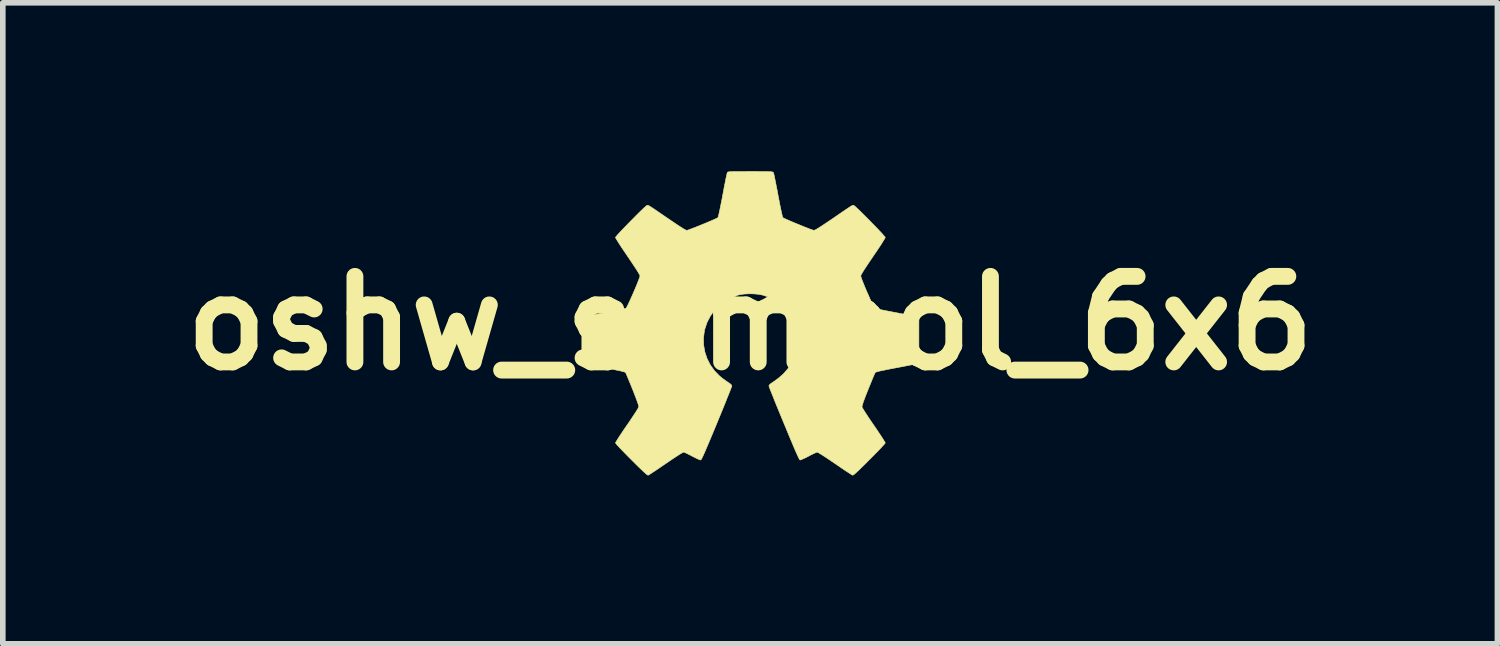
<source format=kicad_pcb>
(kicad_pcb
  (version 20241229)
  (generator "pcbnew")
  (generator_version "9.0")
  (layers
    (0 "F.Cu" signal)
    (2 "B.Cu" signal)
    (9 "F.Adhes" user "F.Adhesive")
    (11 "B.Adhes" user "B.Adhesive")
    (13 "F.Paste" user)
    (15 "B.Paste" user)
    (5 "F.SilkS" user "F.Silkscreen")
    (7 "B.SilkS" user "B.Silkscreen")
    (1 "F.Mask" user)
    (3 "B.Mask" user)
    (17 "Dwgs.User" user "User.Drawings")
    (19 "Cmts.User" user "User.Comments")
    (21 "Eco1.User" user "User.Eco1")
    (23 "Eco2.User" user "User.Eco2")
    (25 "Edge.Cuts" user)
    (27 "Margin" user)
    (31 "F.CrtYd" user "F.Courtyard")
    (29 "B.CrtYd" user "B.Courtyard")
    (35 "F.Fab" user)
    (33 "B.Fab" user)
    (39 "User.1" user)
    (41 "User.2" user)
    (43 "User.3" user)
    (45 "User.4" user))
  (footprint "oshw_symbol_6x6"
    (layer "F.Cu")
    (at 10.312 2.708)
    (property "Reference" "oshw_symbol_6x6" (at 0 0 0) (layer "F.SilkS") (effects (font (size 1.524 1.524) (thickness 0.3))))
    (attr through_hole)
    (fp_poly (pts (xy 0.106 -2.703) (xy 0.188 -2.702) (xy 0.254 -2.702) (xy 0.306 -2.701) (xy 0.344 -2.7) (xy 0.372 -2.699) (xy 0.391 -2.696) (xy 0.403 -2.693) (xy 0.411 -2.69) (xy 0.415 -2.685) (xy 0.416 -2.683) (xy 0.42 -2.669) (xy 0.428 -2.637) (xy 0.438 -2.59) (xy 0.45 -2.529) (xy 0.464 -2.458) (xy 0.48 -2.379) (xy 0.496 -2.293) (xy 0.498 -2.279) (xy 0.515 -2.193) (xy 0.53 -2.113) (xy 0.545 -2.041) (xy 0.558 -1.98) (xy 0.569 -1.932) (xy 0.577 -1.898) (xy 0.582 -1.883) (xy 0.583 -1.882) (xy 0.597 -1.874) (xy 0.626 -1.86) (xy 0.668 -1.841) (xy 0.721 -1.818) (xy 0.78 -1.793) (xy 0.843 -1.767) (xy 0.907 -1.741) (xy 0.968 -1.716) (xy 1.025 -1.694) (xy 1.073 -1.675) (xy 1.111 -1.662) (xy 1.134 -1.655) (xy 1.138 -1.654) (xy 1.153 -1.659) (xy 1.18 -1.673) (xy 1.22 -1.697) (xy 1.275 -1.732) (xy 1.344 -1.778) (xy 1.429 -1.835) (xy 1.478 -1.868) (xy 1.563 -1.927) (xy 1.633 -1.975) (xy 1.689 -2.013) (xy 1.734 -2.043) (xy 1.768 -2.066) (xy 1.793 -2.082) (xy 1.811 -2.092) (xy 1.824 -2.098) (xy 1.833 -2.101) (xy 1.839 -2.101) (xy 1.845 -2.099) (xy 1.847 -2.099) (xy 1.86 -2.09) (xy 1.885 -2.068) (xy 1.919 -2.036) (xy 1.962 -1.995) (xy 2.011 -1.947) (xy 2.063 -1.895) (xy 2.118 -1.84) (xy 2.173 -1.783) (xy 2.227 -1.728) (xy 2.277 -1.676) (xy 2.322 -1.628) (xy 2.359 -1.588) (xy 2.387 -1.556) (xy 2.404 -1.535) (xy 2.408 -1.528) (xy 2.402 -1.515) (xy 2.386 -1.488) (xy 2.361 -1.447) (xy 2.329 -1.396) (xy 2.289 -1.336) (xy 2.245 -1.27) (xy 2.196 -1.198) (xy 2.189 -1.188) (xy 2.124 -1.092) (xy 2.07 -1.011) (xy 2.027 -0.946) (xy 1.997 -0.896) (xy 1.978 -0.862) (xy 1.971 -0.844) (xy 1.971 -0.844) (xy 1.975 -0.826) (xy 1.986 -0.793) (xy 2.003 -0.748) (xy 2.025 -0.693) (xy 2.05 -0.632) (xy 2.077 -0.568) (xy 2.106 -0.504) (xy 2.133 -0.441) (xy 2.159 -0.384) (xy 2.183 -0.336) (xy 2.202 -0.298) (xy 2.215 -0.275) (xy 2.22 -0.268) (xy 2.235 -0.263) (xy 2.267 -0.255) (xy 2.314 -0.245) (xy 2.374 -0.232) (xy 2.445 -0.218) (xy 2.523 -0.203) (xy 2.601 -0.188) (xy 2.685 -0.172) (xy 2.763 -0.157) (xy 2.833 -0.144) (xy 2.893 -0.132) (xy 2.94 -0.122) (xy 2.971 -0.115) (xy 2.985 -0.112) (xy 3.007 -0.102) (xy 3.007 0.303) (xy 3.007 0.405) (xy 3.007 0.489) (xy 3.007 0.555) (xy 3.006 0.607) (xy 3.005 0.647) (xy 3.003 0.675) (xy 3.001 0.694) (xy 2.998 0.706) (xy 2.995 0.713) (xy 2.99 0.716) (xy 2.99 0.717) (xy 2.976 0.72) (xy 2.944 0.727) (xy 2.898 0.737) (xy 2.838 0.748) (xy 2.768 0.762) (xy 2.69 0.777) (xy 2.607 0.793) (xy 2.505 0.812) (xy 2.422 0.829) (xy 2.356 0.842) (xy 2.305 0.853) (xy 2.268 0.863) (xy 2.244 0.87) (xy 2.231 0.876) (xy 2.229 0.879) (xy 2.222 0.892) (xy 2.209 0.922) (xy 2.19 0.966) (xy 2.167 1.022) (xy 2.141 1.086) (xy 2.112 1.156) (xy 2.103 1.18) (xy 2.065 1.274) (xy 2.036 1.351) (xy 2.014 1.411) (xy 2.001 1.454) (xy 1.994 1.481) (xy 1.994 1.491) (xy 2 1.506) (xy 2.017 1.535) (xy 2.043 1.577) (xy 2.077 1.629) (xy 2.116 1.689) (xy 2.161 1.755) (xy 2.203 1.816) (xy 2.251 1.886) (xy 2.294 1.951) (xy 2.333 2.009) (xy 2.364 2.058) (xy 2.388 2.096) (xy 2.403 2.121) (xy 2.408 2.132) (xy 2.401 2.143) (xy 2.381 2.166) (xy 2.35 2.2) (xy 2.309 2.244) (xy 2.259 2.296) (xy 2.203 2.353) (xy 2.142 2.415) (xy 2.125 2.431) (xy 2.052 2.505) (xy 1.991 2.564) (xy 1.942 2.612) (xy 1.903 2.648) (xy 1.874 2.675) (xy 1.852 2.693) (xy 1.837 2.703) (xy 1.827 2.707) (xy 1.823 2.706) (xy 1.81 2.699) (xy 1.783 2.681) (xy 1.743 2.655) (xy 1.692 2.622) (xy 1.633 2.582) (xy 1.568 2.537) (xy 1.51 2.498) (xy 1.441 2.451) (xy 1.376 2.407) (xy 1.318 2.369) (xy 1.269 2.338) (xy 1.231 2.315) (xy 1.206 2.3) (xy 1.196 2.296) (xy 1.181 2.301) (xy 1.151 2.314) (xy 1.111 2.333) (xy 1.064 2.356) (xy 1.043 2.368) (xy 0.995 2.393) (xy 0.951 2.413) (xy 0.917 2.428) (xy 0.895 2.436) (xy 0.891 2.436) (xy 0.885 2.432) (xy 0.876 2.418) (xy 0.864 2.395) (xy 0.848 2.361) (xy 0.827 2.315) (xy 0.801 2.256) (xy 0.77 2.183) (xy 0.733 2.095) (xy 0.689 1.991) (xy 0.639 1.869) (xy 0.604 1.785) (xy 0.559 1.676) (xy 0.516 1.572) (xy 0.476 1.475) (xy 0.44 1.386) (xy 0.409 1.307) (xy 0.382 1.24) (xy 0.36 1.185) (xy 0.345 1.146) (xy 0.337 1.122) (xy 0.335 1.116) (xy 0.344 1.098) (xy 0.368 1.076) (xy 0.378 1.069) (xy 0.407 1.05) (xy 0.445 1.023) (xy 0.485 0.994) (xy 0.495 0.988) (xy 0.593 0.903) (xy 0.676 0.807) (xy 0.743 0.701) (xy 0.793 0.588) (xy 0.825 0.468) (xy 0.84 0.345) (xy 0.836 0.22) (xy 0.813 0.094) (xy 0.778 -0.012) (xy 0.746 -0.082) (xy 0.709 -0.145) (xy 0.662 -0.206) (xy 0.602 -0.271) (xy 0.589 -0.284) (xy 0.499 -0.365) (xy 0.405 -0.427) (xy 0.303 -0.475) (xy 0.229 -0.5) (xy 0.156 -0.515) (xy 0.071 -0.523) (xy -0.019 -0.525) (xy -0.107 -0.52) (xy -0.186 -0.508) (xy -0.218 -0.5) (xy -0.338 -0.455) (xy -0.449 -0.394) (xy -0.548 -0.317) (xy -0.636 -0.228) (xy -0.709 -0.126) (xy -0.766 -0.016) (xy -0.806 0.103) (xy -0.814 0.137) (xy -0.83 0.264) (xy -0.827 0.391) (xy -0.805 0.514) (xy -0.765 0.633) (xy -0.708 0.745) (xy -0.634 0.847) (xy -0.545 0.939) (xy -0.485 0.988) (xy -0.445 1.016) (xy -0.406 1.044) (xy -0.374 1.065) (xy -0.368 1.069) (xy -0.34 1.091) (xy -0.326 1.111) (xy -0.325 1.116) (xy -0.329 1.129) (xy -0.34 1.159) (xy -0.357 1.204) (xy -0.381 1.263) (xy -0.41 1.335) (xy -0.443 1.418) (xy -0.48 1.51) (xy -0.521 1.61) (xy -0.565 1.716) (xy -0.593 1.785) (xy -0.648 1.917) (xy -0.696 2.032) (xy -0.737 2.13) (xy -0.772 2.212) (xy -0.801 2.28) (xy -0.825 2.334) (xy -0.844 2.375) (xy -0.859 2.405) (xy -0.87 2.424) (xy -0.877 2.434) (xy -0.88 2.436) (xy -0.896 2.433) (xy -0.925 2.421) (xy -0.965 2.402) (xy -1.011 2.379) (xy -1.033 2.368) (xy -1.081 2.342) (xy -1.125 2.321) (xy -1.159 2.305) (xy -1.181 2.297) (xy -1.186 2.296) (xy -1.199 2.302) (xy -1.226 2.318) (xy -1.266 2.342) (xy -1.317 2.375) (xy -1.376 2.414) (xy -1.441 2.458) (xy -1.5 2.498) (xy -1.569 2.545) (xy -1.633 2.589) (xy -1.691 2.628) (xy -1.74 2.66) (xy -1.778 2.685) (xy -1.803 2.701) (xy -1.813 2.706) (xy -1.82 2.706) (xy -1.832 2.7) (xy -1.85 2.687) (xy -1.874 2.665) (xy -1.907 2.635) (xy -1.95 2.594) (xy -2.004 2.542) (xy -2.069 2.477) (xy -2.115 2.431) (xy -2.177 2.369) (xy -2.235 2.31) (xy -2.286 2.257) (xy -2.33 2.211) (xy -2.364 2.174) (xy -2.387 2.147) (xy -2.397 2.133) (xy -2.398 2.132) (xy -2.392 2.119) (xy -2.376 2.093) (xy -2.351 2.053) (xy -2.319 2.003) (xy -2.28 1.944) (xy -2.236 1.879) (xy -2.193 1.816) (xy -2.145 1.747) (xy -2.101 1.681) (xy -2.062 1.622) (xy -2.029 1.571) (xy -2.004 1.531) (xy -1.989 1.503) (xy -1.983 1.491) (xy -1.985 1.474) (xy -1.994 1.441) (xy -2.011 1.392) (xy -2.035 1.327) (xy -2.067 1.244) (xy -2.092 1.18) (xy -2.121 1.108) (xy -2.149 1.041) (xy -2.173 0.983) (xy -2.193 0.935) (xy -2.208 0.9) (xy -2.217 0.881) (xy -2.219 0.879) (xy -2.227 0.873) (xy -2.246 0.866) (xy -2.277 0.858) (xy -2.321 0.847) (xy -2.38 0.835) (xy -2.455 0.82) (xy -2.549 0.802) (xy -2.596 0.793) (xy -2.681 0.777) (xy -2.759 0.762) (xy -2.829 0.748) (xy -2.888 0.736) (xy -2.935 0.727) (xy -2.966 0.72) (xy -2.979 0.717) (xy -2.984 0.714) (xy -2.988 0.707) (xy -2.99 0.696) (xy -2.993 0.678) (xy -2.994 0.651) (xy -2.996 0.613) (xy -2.996 0.562) (xy -2.997 0.498) (xy -2.997 0.416) (xy -2.997 0.317) (xy -2.997 -0.102) (xy -2.974 -0.112) (xy -2.959 -0.116) (xy -2.927 -0.123) (xy -2.879 -0.133) (xy -2.818 -0.145) (xy -2.748 -0.158) (xy -2.669 -0.173) (xy -2.591 -0.188) (xy -2.507 -0.204) (xy -2.429 -0.219) (xy -2.36 -0.233) (xy -2.3 -0.245) (xy -2.254 -0.256) (xy -2.223 -0.264) (xy -2.21 -0.268) (xy -2.201 -0.281) (xy -2.185 -0.31) (xy -2.165 -0.352) (xy -2.14 -0.404) (xy -2.114 -0.463) (xy -2.086 -0.526) (xy -2.058 -0.591) (xy -2.031 -0.654) (xy -2.007 -0.713) (xy -1.987 -0.765) (xy -1.971 -0.806) (xy -1.963 -0.834) (xy -1.961 -0.844) (xy -1.967 -0.86) (xy -1.985 -0.893) (xy -2.015 -0.942) (xy -2.057 -1.006) (xy -2.11 -1.086) (xy -2.175 -1.182) (xy -2.179 -1.188) (xy -2.228 -1.261) (xy -2.274 -1.328) (xy -2.314 -1.389) (xy -2.347 -1.441) (xy -2.373 -1.483) (xy -2.391 -1.512) (xy -2.398 -1.527) (xy -2.398 -1.528) (xy -2.391 -1.539) (xy -2.371 -1.563) (xy -2.341 -1.597) (xy -2.302 -1.639) (xy -2.256 -1.687) (xy -2.205 -1.74) (xy -2.151 -1.796) (xy -2.095 -1.852) (xy -2.041 -1.907) (xy -1.989 -1.959) (xy -1.942 -2.005) (xy -1.901 -2.044) (xy -1.868 -2.074) (xy -1.846 -2.093) (xy -1.837 -2.099) (xy -1.831 -2.1) (xy -1.825 -2.101) (xy -1.817 -2.099) (xy -1.805 -2.095) (xy -1.789 -2.085) (xy -1.766 -2.071) (xy -1.735 -2.051) (xy -1.693 -2.023) (xy -1.641 -1.987) (xy -1.575 -1.942) (xy -1.495 -1.887) (xy -1.467 -1.868) (xy -1.374 -1.805) (xy -1.297 -1.753) (xy -1.235 -1.713) (xy -1.188 -1.683) (xy -1.154 -1.664) (xy -1.134 -1.655) (xy -1.128 -1.654) (xy -1.112 -1.658) (xy -1.08 -1.669) (xy -1.036 -1.686) (xy -0.983 -1.706) (xy -0.923 -1.73) (xy -0.859 -1.756) (xy -0.795 -1.782) (xy -0.734 -1.808) (xy -0.679 -1.831) (xy -0.632 -1.852) (xy -0.597 -1.868) (xy -0.576 -1.879) (xy -0.573 -1.881) (xy -0.568 -1.894) (xy -0.56 -1.925) (xy -0.55 -1.971) (xy -0.537 -2.03) (xy -0.523 -2.1) (xy -0.507 -2.178) (xy -0.491 -2.264) (xy -0.488 -2.279) (xy -0.472 -2.365) (xy -0.457 -2.446) (xy -0.442 -2.518) (xy -0.43 -2.581) (xy -0.419 -2.63) (xy -0.411 -2.665) (xy -0.407 -2.682) (xy -0.406 -2.683) (xy -0.403 -2.688) (xy -0.397 -2.692) (xy -0.388 -2.695) (xy -0.372 -2.698) (xy -0.349 -2.699) (xy -0.316 -2.701) (xy -0.271 -2.702) (xy -0.213 -2.702) (xy -0.139 -2.702) (xy -0.048 -2.703) (xy 0.005 -2.703) (xy 0.106 -2.703)) (stroke (width 0.01) (type solid)) (fill yes) (layer "F.SilkS")))
  (gr_rect
    (start -3 -3)
    (end 23.625 8.419)
    (stroke (width 0.1) (type default))
    (fill no)
    (layer "Edge.Cuts")))
</source>
